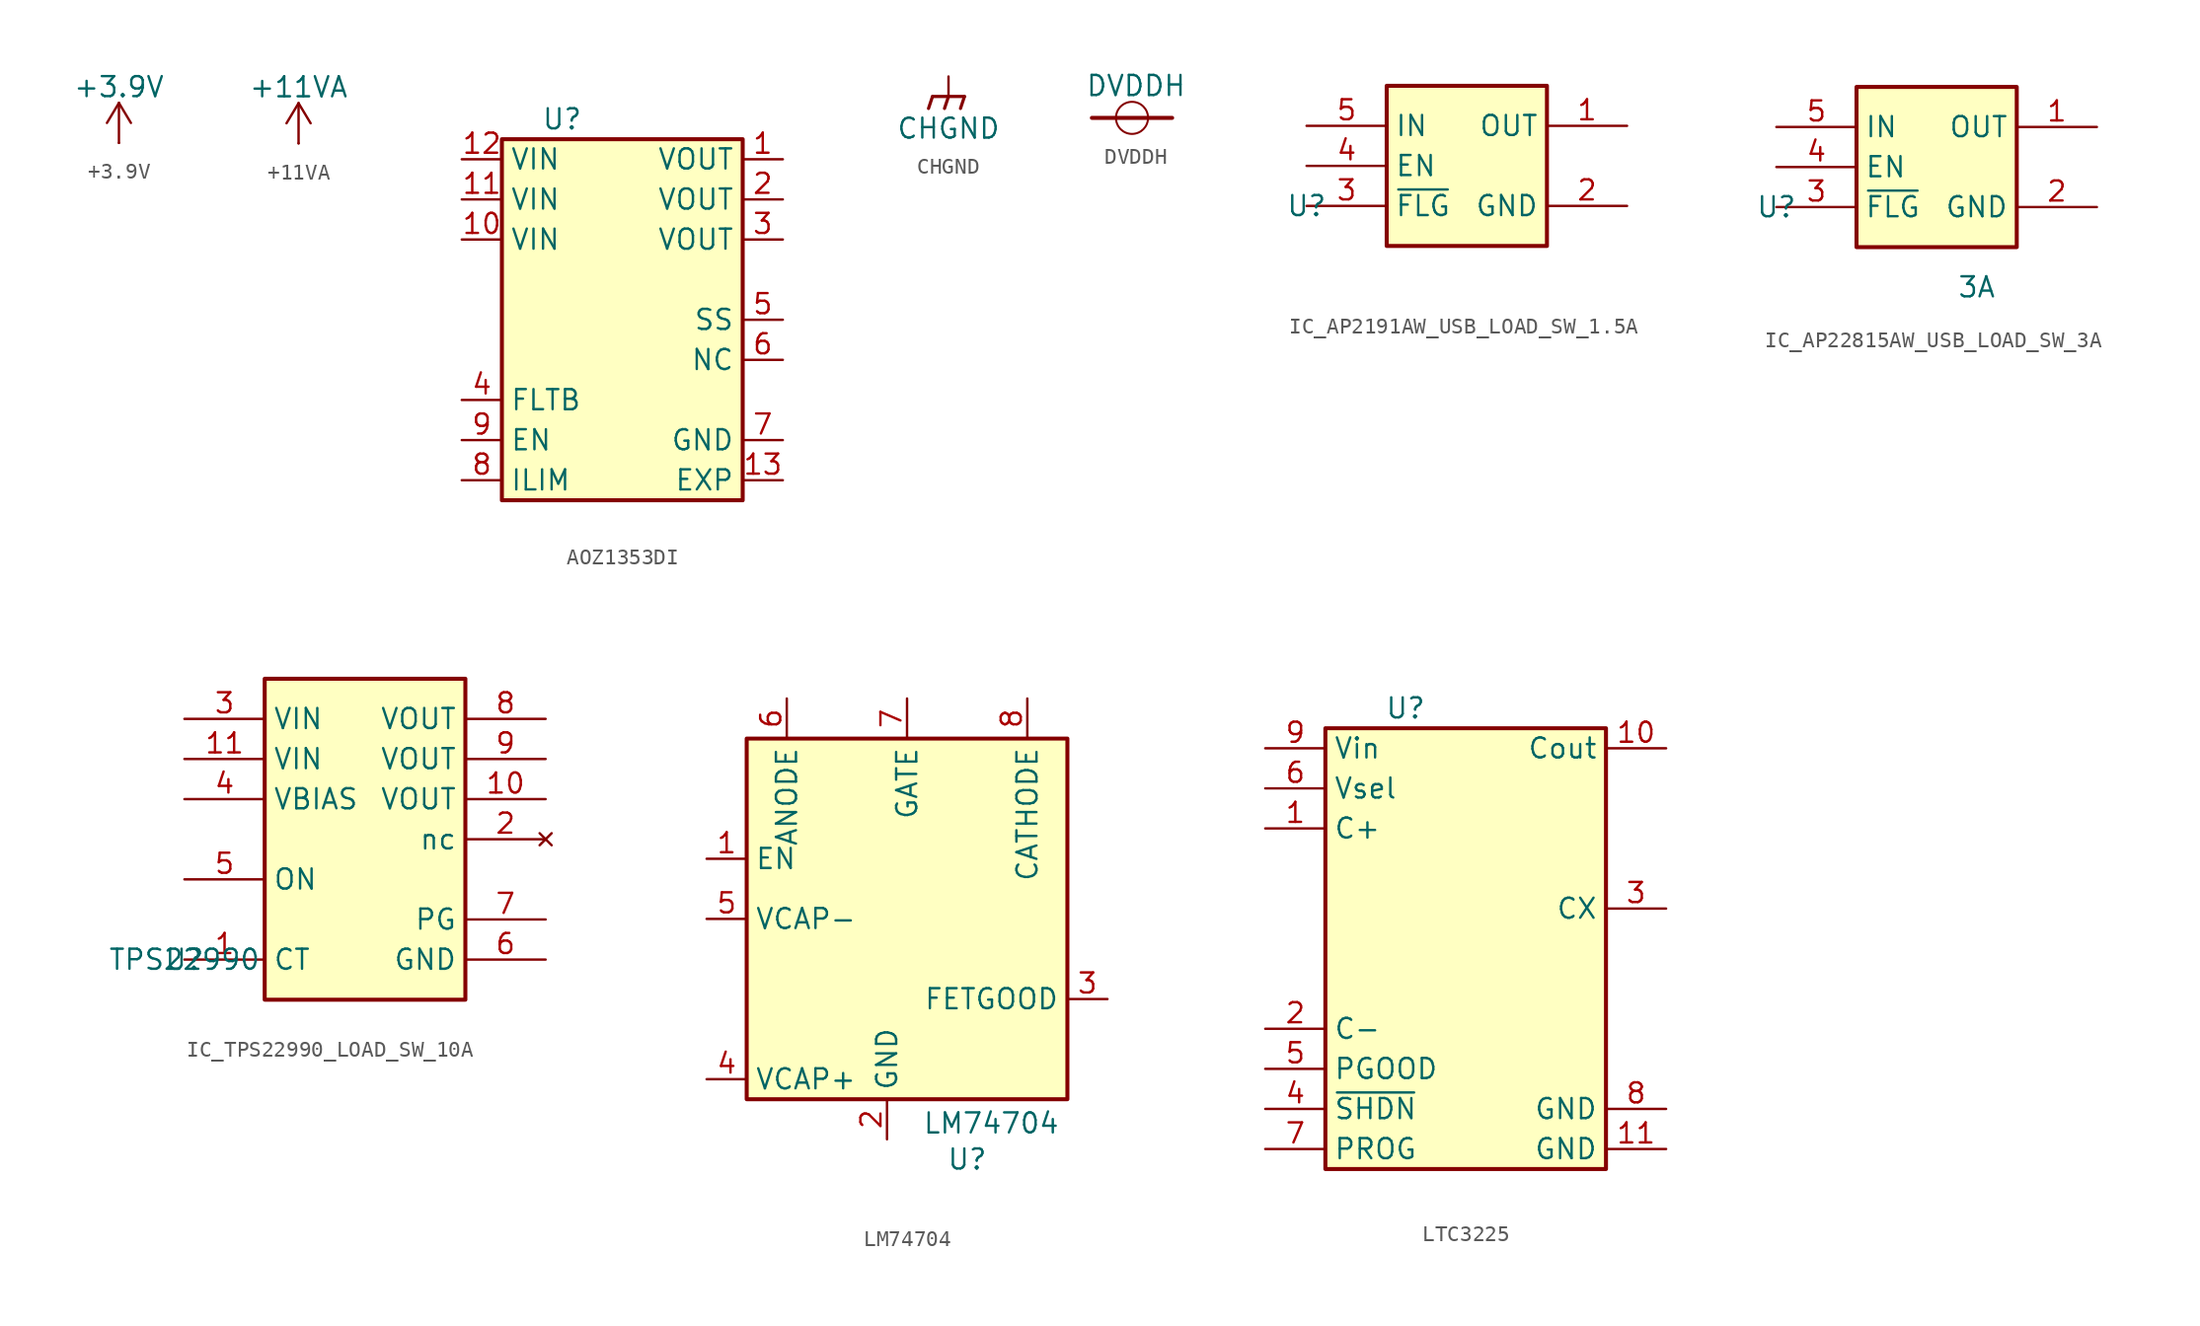
<source format=kicad_sym>
(kicad_symbol_lib
  (version 20231120)
  (generator "kicad_symbol_editor")
  (generator_version "8.0")
  (symbol "+3.9V"
    (power)
    (pin_numbers hide)
    (pin_names
      (offset 0) hide)
    (property "Reference" "#PWR0138"
      (at 0 -3.81 0)
      (effects (font (size 1.27 1.27)) (hide yes)))
    (property "Value" "+3.9V"
      (at 0 3.556 0)
      (effects (font (size 1.27 1.27))))
    (symbol "+3.9V_0_1"
      (polyline (pts (xy -0.762 1.27) (xy 0 2.54)) (stroke (width 0) (type default)) (fill (type none)))
      (polyline (pts (xy 0 0) (xy 0 2.54)) (stroke (width 0) (type default)) (fill (type none)))
      (polyline (pts (xy 0 2.54) (xy 0.762 1.27)) (stroke (width 0) (type default)) (fill (type none))))
    (symbol "+3.9V_1_1"
      (pin power_in line (at 0 0 90) (length 0) (name "~" (effects (font (size 1.27 1.27)))) (number "1" (effects (font (size 1.27 1.27)))))))
  (symbol "+11VA"
    (power)
    (pin_numbers hide)
    (pin_names
      (offset 0) hide)
    (property "Reference" "#PWR0138"
      (at 0 -3.81 0)
      (effects (font (size 1.27 1.27)) (hide yes)))
    (property "Value" "+11VA"
      (at 0 3.556 0)
      (effects (font (size 1.27 1.27))))
    (symbol "+11VA_0_1"
      (polyline (pts (xy -0.762 1.27) (xy 0 2.54)) (stroke (width 0) (type default)) (fill (type none)))
      (polyline (pts (xy 0 0) (xy 0 2.54)) (stroke (width 0) (type default)) (fill (type none)))
      (polyline (pts (xy 0 2.54) (xy 0.762 1.27)) (stroke (width 0) (type default)) (fill (type none))))
    (symbol "+11VA_1_1"
      (pin power_in line (at 0 0 90) (length 0) (name "~" (effects (font (size 1.27 1.27)))) (number "1" (effects (font (size 1.27 1.27)))))))
  (symbol "AOZ1353DI"
    (property "Reference" "U"
      (at 6.35 22.86 0)
      (effects (font (size 1.27 1.27))))
    (property "Value" ""
      (at 10.16 2.54 0)
      (effects (font (size 1.27 1.27))))
    (symbol "AOZ1353DI_1_1"
      (rectangle (start 2.54 21.59) (end 17.78 -1.27) (stroke (width 0.254) (type default)) (fill (type background)))
      (pin input line (at 20.32 20.32 180) (length 2.54) (name "VOUT" (effects (font (size 1.27 1.27)))) (number "1" (effects (font (size 1.27 1.27)))))
      (pin input line (at 0 15.24 0) (length 2.54) (name "VIN" (effects (font (size 1.27 1.27)))) (number "10" (effects (font (size 1.27 1.27)))))
      (pin input line (at 0 17.78 0) (length 2.54) (name "VIN" (effects (font (size 1.27 1.27)))) (number "11" (effects (font (size 1.27 1.27)))))
      (pin input line (at 0 20.32 0) (length 2.54) (name "VIN" (effects (font (size 1.27 1.27)))) (number "12" (effects (font (size 1.27 1.27)))))
      (pin input line (at 20.32 0 180) (length 2.54) (name "EXP" (effects (font (size 1.27 1.27)))) (number "13" (effects (font (size 1.27 1.27)))))
      (pin input line (at 20.32 17.78 180) (length 2.54) (name "VOUT" (effects (font (size 1.27 1.27)))) (number "2" (effects (font (size 1.27 1.27)))))
      (pin input line (at 20.32 15.24 180) (length 2.54) (name "VOUT" (effects (font (size 1.27 1.27)))) (number "3" (effects (font (size 1.27 1.27)))))
      (pin input line (at 0 5.08 0) (length 2.54) (name "FLTB" (effects (font (size 1.27 1.27)))) (number "4" (effects (font (size 1.27 1.27)))))
      (pin input line (at 20.32 10.16 180) (length 2.54) (name "SS" (effects (font (size 1.27 1.27)))) (number "5" (effects (font (size 1.27 1.27)))))
      (pin input line (at 20.32 7.62 180) (length 2.54) (name "NC" (effects (font (size 1.27 1.27)))) (number "6" (effects (font (size 1.27 1.27)))))
      (pin input line (at 20.32 2.54 180) (length 2.54) (name "GND" (effects (font (size 1.27 1.27)))) (number "7" (effects (font (size 1.27 1.27)))))
      (pin input line (at 0 0 0) (length 2.54) (name "ILIM" (effects (font (size 1.27 1.27)))) (number "8" (effects (font (size 1.27 1.27)))))
      (pin input line (at 0 2.54 0) (length 2.54) (name "EN" (effects (font (size 1.27 1.27)))) (number "9" (effects (font (size 1.27 1.27)))))))
  (symbol "CHGND"
    (power)
    (pin_numbers hide)
    (pin_names
      (offset 0) hide)
    (property "Reference" "#PWR"
      (at 0 -5.08 0)
      (effects (font (size 1.27 1.27)) (hide yes)))
    (property "Value" "CHGND"
      (at 0 -3.302 0)
      (effects (font (size 1.27 1.27))))
    (symbol "CHGND_0_1"
      (polyline (pts (xy 0 -1.27) (xy 0 0)) (stroke (width 0) (type default)) (fill (type none)))
      (polyline (pts (xy -1.016 -1.27) (xy -1.27 -2.032) (xy -1.27 -2.032)) (stroke (width 0.203) (type default)) (fill (type none)))
      (polyline (pts (xy 0 -1.27) (xy -0.254 -2.032) (xy -0.254 -2.032)) (stroke (width 0.203) (type default)) (fill (type none)))
      (polyline (pts (xy 1.016 -1.27) (xy -1.016 -1.27) (xy -1.016 -1.27)) (stroke (width 0.203) (type default)) (fill (type none)))
      (polyline (pts (xy 1.016 -1.27) (xy 0.762 -2.032) (xy 0.762 -2.032) (xy 0.762 -2.032)) (stroke (width 0.203) (type default)) (fill (type none))))
    (symbol "CHGND_1_1"
      (pin power_in line (at 0 0 270) (length 0) hide (name "~" (effects (font (size 1.27 1.27)))) (number "1" (effects (font (size 1.27 1.27)))))))
  (symbol "DVDDH"
    (power)
    (pin_numbers hide)
    (pin_names
      (offset 0) hide)
    (property "Reference" "#PWR"
      (at 0 0 0)
      (effects (font (size 1.27 1.27)) (hide yes)))
    (property "Value" "DVDDH"
      (at 0.254 2.032 0)
      (effects (font (size 1.27 1.27))))
    (symbol "DVDDH_1_0"
      (arc (start -1.016 0) (mid 0 -1.0116) (end 1.016 0) (stroke (width 0.127) (type solid)) (fill (type none)))
      (polyline (pts (xy 2.54 0) (xy -2.54 0)) (stroke (width 0.254) (type solid)) (fill (type none)))
      (arc (start 1.016 0) (mid 0 1.0116) (end -1.016 0) (stroke (width 0.127) (type solid)) (fill (type none)))
      (pin power_in line (at 0 0 90) (length 0) hide (name "~" (effects (font (size 1.206 1.206)))) (number "1" (effects (font (size 1.206 1.206)))))))
  (symbol "IC_AP2191AW_USB_LOAD_SW_1.5A"
    (property "Reference" "U"
      (at 0 0 0)
      (effects (font (size 1.27 1.27))))
    (property "Value" ""
      (at 12.7 -5.08 0)
      (effects (font (size 1.27 1.27))))
    (symbol "IC_AP2191AW_USB_LOAD_SW_1.5A_1_1"
      (rectangle (start 5.08 7.62) (end 15.24 -2.54) (stroke (width 0.254) (type default)) (fill (type background)))
      (pin passive line (at 20.32 5.08 180) (length 5.08) (name "OUT" (effects (font (size 1.27 1.27)))) (number "1" (effects (font (size 1.27 1.27)))))
      (pin passive line (at 20.32 0 180) (length 5.08) (name "GND" (effects (font (size 1.27 1.27)))) (number "2" (effects (font (size 1.27 1.27)))))
      (pin passive line (at 0 0 0) (length 5.08) (name "~{FLG}" (effects (font (size 1.27 1.27)))) (number "3" (effects (font (size 1.27 1.27)))))
      (pin passive line (at 0 2.54 0) (length 5.08) (name "EN" (effects (font (size 1.27 1.27)))) (number "4" (effects (font (size 1.27 1.27)))))
      (pin passive line (at 0 5.08 0) (length 5.08) (name "IN" (effects (font (size 1.27 1.27)))) (number "5" (effects (font (size 1.27 1.27)))))))
  (symbol "IC_AP22815AW_USB_LOAD_SW_3A"
    (property "Reference" "U"
      (at 0 0 0)
      (effects (font (size 1.27 1.27))))
    (property "Value" "3A"
      (at 12.7 -5.08 0)
      (effects (font (size 1.27 1.27))))
    (symbol "IC_AP22815AW_USB_LOAD_SW_3A_1_1"
      (rectangle (start 5.08 7.62) (end 15.24 -2.54) (stroke (width 0.254) (type default)) (fill (type background)))
      (pin passive line (at 20.32 5.08 180) (length 5.08) (name "OUT" (effects (font (size 1.27 1.27)))) (number "1" (effects (font (size 1.27 1.27)))))
      (pin passive line (at 20.32 0 180) (length 5.08) (name "GND" (effects (font (size 1.27 1.27)))) (number "2" (effects (font (size 1.27 1.27)))))
      (pin passive line (at 0 0 0) (length 5.08) (name "~{FLG}" (effects (font (size 1.27 1.27)))) (number "3" (effects (font (size 1.27 1.27)))))
      (pin passive line (at 0 2.54 0) (length 5.08) (name "EN" (effects (font (size 1.27 1.27)))) (number "4" (effects (font (size 1.27 1.27)))))
      (pin passive line (at 0 5.08 0) (length 5.08) (name "IN" (effects (font (size 1.27 1.27)))) (number "5" (effects (font (size 1.27 1.27)))))))
  (symbol "IC_TPS22990_LOAD_SW_10A"
    (property "Reference" "U"
      (at 0 0 0)
      (effects (font (size 1.27 1.27))))
    (property "Value" "TPS22990"
      (at 0 0 0)
      (effects (font (size 1.27 1.27))))
    (symbol "IC_TPS22990_LOAD_SW_10A_0_1"
      (rectangle (start 5.08 17.78) (end 17.78 -2.54) (stroke (width 0.254) (type default)) (fill (type background))))
    (symbol "IC_TPS22990_LOAD_SW_10A_1_1"
      (pin passive line (at 0 0 0) (length 5.08) (name "CT" (effects (font (size 1.27 1.27)))) (number "1" (effects (font (size 1.27 1.27)))))
      (pin passive line (at 22.86 10.16 180) (length 5.08) (name "VOUT" (effects (font (size 1.27 1.27)))) (number "10" (effects (font (size 1.27 1.27)))))
      (pin passive line (at 0 12.7 0) (length 5.08) (name "VIN" (effects (font (size 1.27 1.27)))) (number "11" (effects (font (size 1.27 1.27)))))
      (pin no_connect line (at 22.86 7.62 180) (length 5.08) (name "nc" (effects (font (size 1.27 1.27)))) (number "2" (effects (font (size 1.27 1.27)))))
      (pin passive line (at 0 15.24 0) (length 5.08) (name "VIN" (effects (font (size 1.27 1.27)))) (number "3" (effects (font (size 1.27 1.27)))))
      (pin passive line (at 0 10.16 0) (length 5.08) (name "VBIAS" (effects (font (size 1.27 1.27)))) (number "4" (effects (font (size 1.27 1.27)))))
      (pin passive line (at 0 5.08 0) (length 5.08) (name "ON" (effects (font (size 1.27 1.27)))) (number "5" (effects (font (size 1.27 1.27)))))
      (pin passive line (at 22.86 0 180) (length 5.08) (name "GND" (effects (font (size 1.27 1.27)))) (number "6" (effects (font (size 1.27 1.27)))))
      (pin passive line (at 22.86 2.54 180) (length 5.08) (name "PG" (effects (font (size 1.27 1.27)))) (number "7" (effects (font (size 1.27 1.27)))))
      (pin passive line (at 22.86 15.24 180) (length 5.08) (name "VOUT" (effects (font (size 1.27 1.27)))) (number "8" (effects (font (size 1.27 1.27)))))
      (pin passive line (at 22.86 12.7 180) (length 5.08) (name "VOUT" (effects (font (size 1.27 1.27)))) (number "9" (effects (font (size 1.27 1.27)))))))
  (symbol "LM74704"
    (property "Reference" "U"
      (at 16.51 -5.08 0)
      (effects (font (size 1.27 1.27))))
    (property "Value" "LM74704"
      (at 18.034 -2.794 0)
      (effects (font (size 1.27 1.27))))
    (symbol "LM74704_0_1"
      (rectangle (start 2.54 21.59) (end 22.86 -1.27) (stroke (width 0.254) (type default)) (fill (type background))))
    (symbol "LM74704_1_1"
      (pin input line (at 0 13.97 0) (length 2.54) (name "EN" (effects (font (size 1.27 1.27)))) (number "1" (effects (font (size 1.27 1.27)))))
      (pin power_in line (at 11.43 -3.81 90) (length 2.54) (name "GND" (effects (font (size 1.27 1.27)))) (number "2" (effects (font (size 1.27 1.27)))))
      (pin output line (at 25.4 5.08 180) (length 2.54) (name "FETGOOD" (effects (font (size 1.27 1.27)))) (number "3" (effects (font (size 1.27 1.27)))))
      (pin passive line (at 0 0 0) (length 2.54) (name "VCAP+" (effects (font (size 1.27 1.27)))) (number "4" (effects (font (size 1.27 1.27)))))
      (pin passive line (at 0 10.16 0) (length 2.54) (name "VCAP-" (effects (font (size 1.27 1.27)))) (number "5" (effects (font (size 1.27 1.27)))))
      (pin power_in line (at 5.08 24.13 270) (length 2.54) (name "ANODE" (effects (font (size 1.27 1.27)))) (number "6" (effects (font (size 1.27 1.27)))))
      (pin output line (at 12.7 24.13 270) (length 2.54) (name "GATE" (effects (font (size 1.27 1.27)))) (number "7" (effects (font (size 1.27 1.27)))))
      (pin input line (at 20.32 24.13 270) (length 2.54) (name "CATHODE" (effects (font (size 1.27 1.27)))) (number "8" (effects (font (size 1.27 1.27)))))))
  (symbol "LTC3225"
    (property "Reference" "U"
      (at 8.89 27.94 0)
      (effects (font (size 1.27 1.27))))
    (property "Value" ""
      (at 11.43 15.24 0)
      (effects (font (size 1.27 1.27))))
    (symbol "LTC3225_1_1"
      (rectangle (start 3.81 26.67) (end 21.59 -1.27) (stroke (width 0.254) (type default)) (fill (type background)))
      (pin input line (at 0 20.32 0) (length 3.81) (name "C+" (effects (font (size 1.27 1.27)))) (number "1" (effects (font (size 1.27 1.27)))))
      (pin input line (at 25.4 25.4 180) (length 3.81) (name "Cout" (effects (font (size 1.27 1.27)))) (number "10" (effects (font (size 1.27 1.27)))))
      (pin input line (at 25.4 0 180) (length 3.81) (name "GND" (effects (font (size 1.27 1.27)))) (number "11" (effects (font (size 1.27 1.27)))))
      (pin input line (at 0 7.62 0) (length 3.81) (name "C-" (effects (font (size 1.27 1.27)))) (number "2" (effects (font (size 1.27 1.27)))))
      (pin input line (at 25.4 15.24 180) (length 3.81) (name "CX" (effects (font (size 1.27 1.27)))) (number "3" (effects (font (size 1.27 1.27)))))
      (pin input line (at 0 2.54 0) (length 3.81) (name "~{SHDN}" (effects (font (size 1.27 1.27)))) (number "4" (effects (font (size 1.27 1.27)))))
      (pin input line (at 0 5.08 0) (length 3.81) (name "PGOOD" (effects (font (size 1.27 1.27)))) (number "5" (effects (font (size 1.27 1.27)))))
      (pin input line (at 0 22.86 0) (length 3.81) (name "Vsel" (effects (font (size 1.27 1.27)))) (number "6" (effects (font (size 1.27 1.27)))))
      (pin input line (at 0 0 0) (length 3.81) (name "PROG" (effects (font (size 1.27 1.27)))) (number "7" (effects (font (size 1.27 1.27)))))
      (pin input line (at 25.4 2.54 180) (length 3.81) (name "GND" (effects (font (size 1.27 1.27)))) (number "8" (effects (font (size 1.27 1.27)))))
      (pin input line (at 0 25.4 0) (length 3.81) (name "Vin" (effects (font (size 1.27 1.27)))) (number "9" (effects (font (size 1.27 1.27))))))))
</source>
